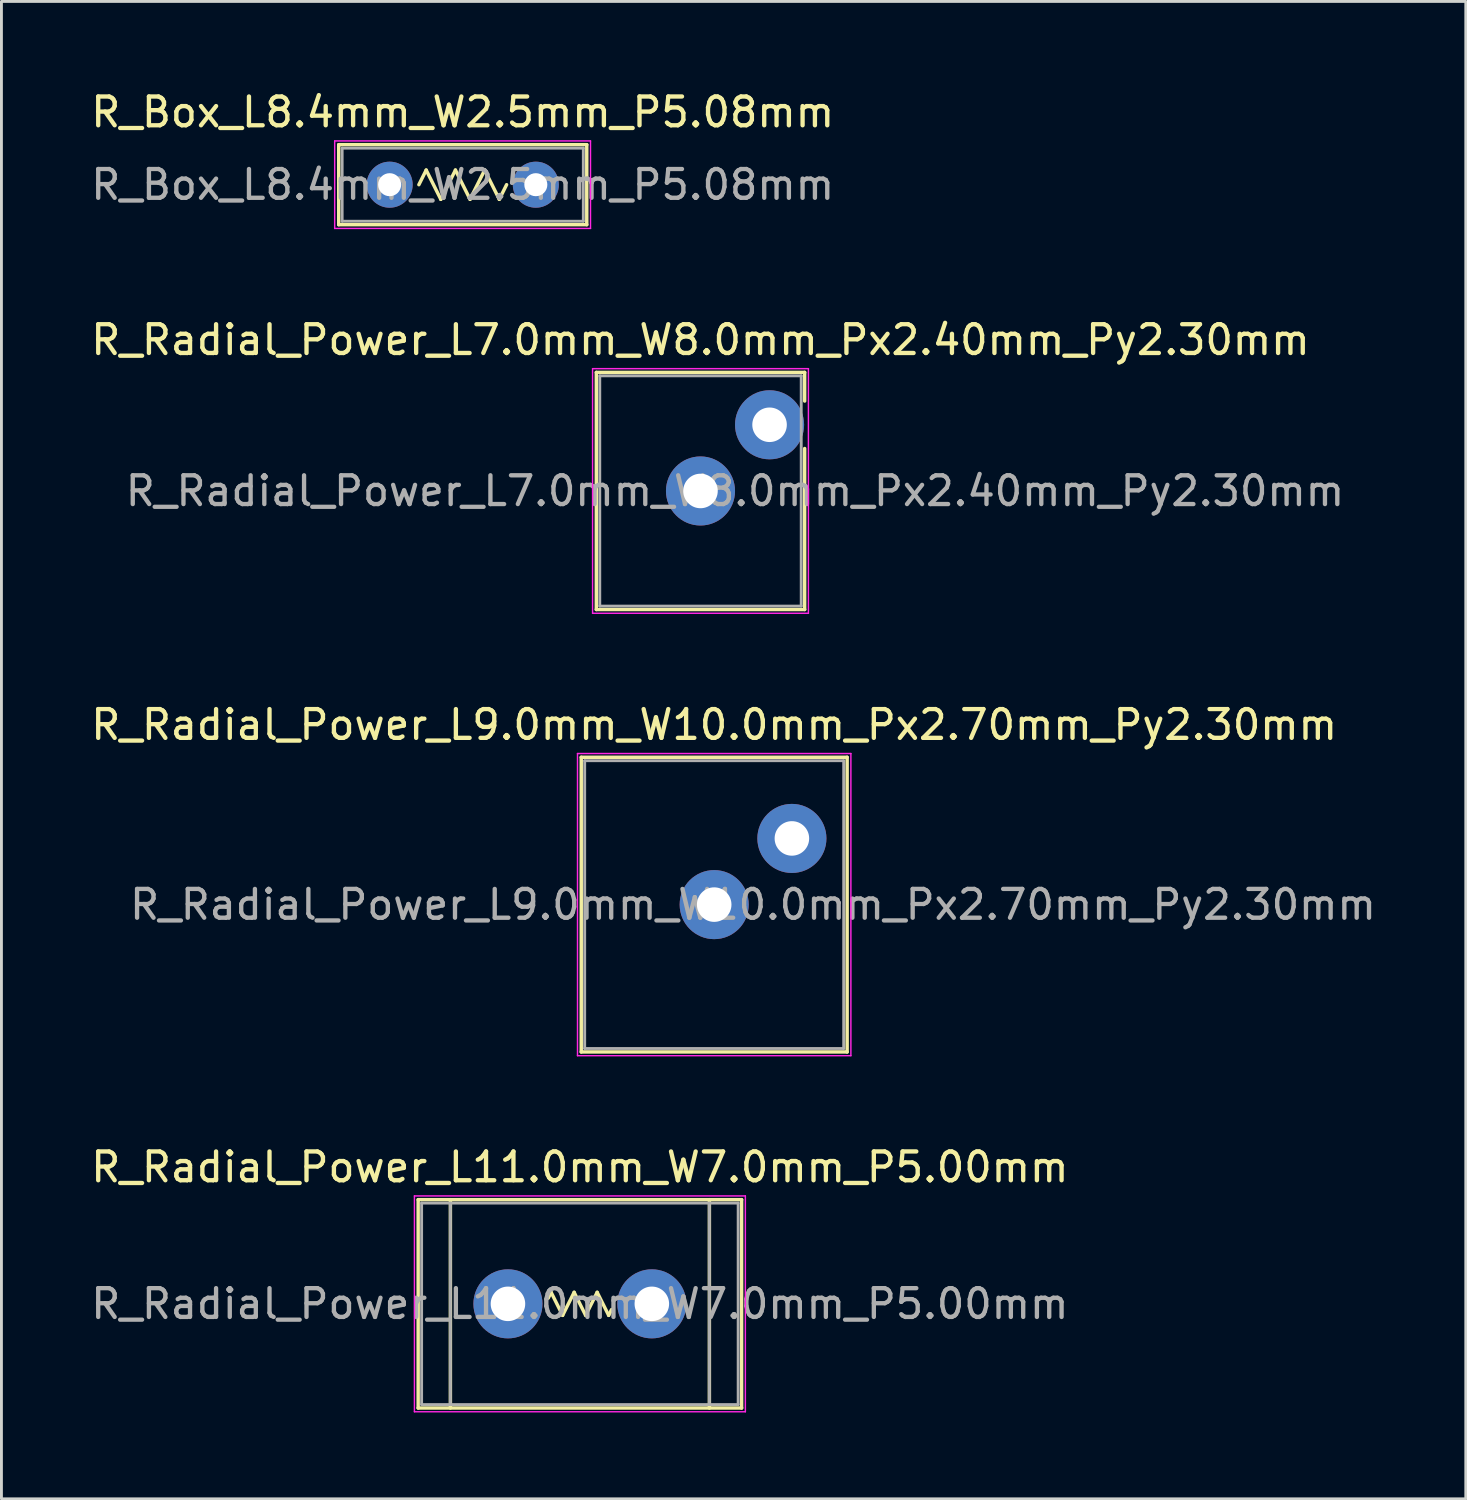
<source format=kicad_pcb>
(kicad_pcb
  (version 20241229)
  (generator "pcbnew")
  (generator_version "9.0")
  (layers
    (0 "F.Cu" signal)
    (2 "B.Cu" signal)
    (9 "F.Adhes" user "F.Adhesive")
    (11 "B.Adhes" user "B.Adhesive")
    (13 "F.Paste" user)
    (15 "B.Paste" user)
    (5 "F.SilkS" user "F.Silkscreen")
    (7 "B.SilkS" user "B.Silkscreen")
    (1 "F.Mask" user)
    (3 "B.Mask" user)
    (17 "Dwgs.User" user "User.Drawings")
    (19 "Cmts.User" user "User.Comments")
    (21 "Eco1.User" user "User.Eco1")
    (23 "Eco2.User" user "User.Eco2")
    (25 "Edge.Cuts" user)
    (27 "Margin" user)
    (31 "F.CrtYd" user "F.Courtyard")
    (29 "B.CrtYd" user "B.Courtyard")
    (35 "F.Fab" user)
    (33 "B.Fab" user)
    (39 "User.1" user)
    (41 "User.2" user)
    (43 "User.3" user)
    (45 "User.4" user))
  (footprint "R_Radial_Power_L9.0mm_W10.0mm_Px2.70mm_Py2.30mm"
    (layer "F.Cu")
    (at 21.768 28.385)
    (property "Reference" "R_Radial_Power_L9.0mm_W10.0mm_Px2.70mm_Py2.30mm" (at 0 -6.25 0) (layer "F.SilkS") (effects (font (size 1 1) (thickness 0.15))))
    (attr through_hole)
    (fp_line (start -4.62 -5.12) (end -4.62 5.12) (stroke (width 0.12) (type solid)) (layer "F.SilkS"))
    (fp_line (start -4.62 -5.12) (end 4.62 -5.12) (stroke (width 0.12) (type solid)) (layer "F.SilkS"))
    (fp_line (start -4.62 5.12) (end 4.62 5.12) (stroke (width 0.12) (type solid)) (layer "F.SilkS"))
    (fp_line (start 4.62 -5.12) (end 4.62 5.12) (stroke (width 0.12) (type solid)) (layer "F.SilkS"))
    (fp_line (start -4.75 -5.25) (end -4.75 5.25) (stroke (width 0.05) (type solid)) (layer "F.CrtYd"))
    (fp_line (start -4.75 5.25) (end 4.75 5.25) (stroke (width 0.05) (type solid)) (layer "F.CrtYd"))
    (fp_line (start 4.75 -5.25) (end -4.75 -5.25) (stroke (width 0.05) (type solid)) (layer "F.CrtYd"))
    (fp_line (start 4.75 5.25) (end 4.75 -5.25) (stroke (width 0.05) (type solid)) (layer "F.CrtYd"))
    (fp_line (start -4.5 -5) (end -4.5 5) (stroke (width 0.1) (type solid)) (layer "F.Fab"))
    (fp_line (start -4.5 5) (end 4.5 5) (stroke (width 0.1) (type solid)) (layer "F.Fab"))
    (fp_line (start 4.5 -5) (end -4.5 -5) (stroke (width 0.1) (type solid)) (layer "F.Fab"))
    (fp_line (start 4.5 5) (end 4.5 -5) (stroke (width 0.1) (type solid)) (layer "F.Fab"))
    (fp_text user "${REFERENCE}" (at 1.35 0 0) (layer "F.Fab") (effects (font (size 1 1) (thickness 0.15))))
    (pad "1" thru_hole circle (at 0 0) (size 2.4 2.4) (drill 1.2) (layers "*.Cu" "*.Mask"))
    (pad "2" thru_hole circle (at 2.7 -2.3) (size 2.4 2.4) (drill 1.2) (layers "*.Cu" "*.Mask")))
  (footprint "R_Radial_Power_L11.0mm_W7.0mm_P5.00mm"
    (layer "F.Cu")
    (at 14.601 42.258)
    (property "Reference" "R_Radial_Power_L11.0mm_W7.0mm_P5.00mm" (at 2.5 -4.75 0) (layer "F.SilkS") (effects (font (size 1 1) (thickness 0.15))))
    (attr through_hole)
    (fp_line (start -3.12 -3.62) (end -3.12 3.62) (stroke (width 0.12) (type solid)) (layer "F.SilkS"))
    (fp_line (start -3.12 -3.62) (end 8.12 -3.62) (stroke (width 0.12) (type solid)) (layer "F.SilkS"))
    (fp_line (start -3.12 3.62) (end 8.12 3.62) (stroke (width 0.12) (type solid)) (layer "F.SilkS"))
    (fp_line (start -2 -3.62) (end -2 3.62) (stroke (width 0.12) (type solid)) (layer "F.SilkS"))
    (fp_line (start 1.4 -0.2) (end 1.5 -0.4) (stroke (width 0.12) (type solid)) (layer "F.SilkS"))
    (fp_line (start 1.5 -0.4) (end 1.9 0.4) (stroke (width 0.12) (type solid)) (layer "F.SilkS"))
    (fp_line (start 1.9 0.4) (end 2.3 -0.4) (stroke (width 0.12) (type solid)) (layer "F.SilkS"))
    (fp_line (start 2.3 -0.4) (end 2.7 0.4) (stroke (width 0.12) (type solid)) (layer "F.SilkS"))
    (fp_line (start 2.7 0.4) (end 3.1 -0.4) (stroke (width 0.12) (type solid)) (layer "F.SilkS"))
    (fp_line (start 3.1 -0.4) (end 3.5 0.4) (stroke (width 0.12) (type solid)) (layer "F.SilkS"))
    (fp_line (start 3.5 0.4) (end 3.6 0.2) (stroke (width 0.12) (type solid)) (layer "F.SilkS"))
    (fp_line (start 7 -3.62) (end 7 3.62) (stroke (width 0.12) (type solid)) (layer "F.SilkS"))
    (fp_line (start 8.12 -3.62) (end 8.12 3.62) (stroke (width 0.12) (type solid)) (layer "F.SilkS"))
    (fp_line (start -3.25 -3.75) (end -3.25 3.75) (stroke (width 0.05) (type solid)) (layer "F.CrtYd"))
    (fp_line (start -3.25 3.75) (end 8.25 3.75) (stroke (width 0.05) (type solid)) (layer "F.CrtYd"))
    (fp_line (start 8.25 -3.75) (end -3.25 -3.75) (stroke (width 0.05) (type solid)) (layer "F.CrtYd"))
    (fp_line (start 8.25 3.75) (end 8.25 -3.75) (stroke (width 0.05) (type solid)) (layer "F.CrtYd"))
    (fp_line (start -3 -3.5) (end -3 3.5) (stroke (width 0.1) (type solid)) (layer "F.Fab"))
    (fp_line (start -3 3.5) (end 8 3.5) (stroke (width 0.1) (type solid)) (layer "F.Fab"))
    (fp_line (start -2 -3.5) (end -2 3.5) (stroke (width 0.1) (type solid)) (layer "F.Fab"))
    (fp_line (start 7 -3.5) (end 7 3.5) (stroke (width 0.1) (type solid)) (layer "F.Fab"))
    (fp_line (start 8 -3.5) (end -3 -3.5) (stroke (width 0.1) (type solid)) (layer "F.Fab"))
    (fp_line (start 8 3.5) (end 8 -3.5) (stroke (width 0.1) (type solid)) (layer "F.Fab"))
    (fp_text user "${REFERENCE}" (at 2.5 0 0) (layer "F.Fab") (effects (font (size 1 1) (thickness 0.15))))
    (pad "1" thru_hole circle (at 0 0) (size 2.4 2.4) (drill 1.2) (layers "*.Cu" "*.Mask"))
    (pad "2" thru_hole circle (at 5 0) (size 2.4 2.4) (drill 1.2) (layers "*.Cu" "*.Mask")))
  (footprint "R_Box_L8.4mm_W2.5mm_P5.08mm"
    (layer "F.Cu")
    (at 10.49 3.368)
    (property "Reference" "R_Box_L8.4mm_W2.5mm_P5.08mm" (at 2.54 -2.52 0) (layer "F.SilkS") (effects (font (size 1 1) (thickness 0.15))))
    (attr through_hole)
    (fp_line (start -1.77 -1.39) (end -1.77 1.39) (stroke (width 0.12) (type solid)) (layer "F.SilkS"))
    (fp_line (start -1.77 -1.39) (end 6.85 -1.39) (stroke (width 0.12) (type solid)) (layer "F.SilkS"))
    (fp_line (start -1.77 1.39) (end 6.85 1.39) (stroke (width 0.12) (type solid)) (layer "F.SilkS"))
    (fp_line (start 1.016 0) (end 1.27 -0.508) (stroke (width 0.12) (type solid)) (layer "F.SilkS"))
    (fp_line (start 1.27 -0.508) (end 1.778 0.508) (stroke (width 0.12) (type solid)) (layer "F.SilkS"))
    (fp_line (start 1.778 0.508) (end 2.286 -0.508) (stroke (width 0.12) (type solid)) (layer "F.SilkS"))
    (fp_line (start 2.286 -0.508) (end 2.794 0.508) (stroke (width 0.12) (type solid)) (layer "F.SilkS"))
    (fp_line (start 2.794 0.508) (end 3.302 -0.508) (stroke (width 0.12) (type solid)) (layer "F.SilkS"))
    (fp_line (start 3.302 -0.508) (end 3.81 0.508) (stroke (width 0.12) (type solid)) (layer "F.SilkS"))
    (fp_line (start 3.81 0.508) (end 4.064 0) (stroke (width 0.12) (type solid)) (layer "F.SilkS"))
    (fp_line (start 6.85 -1.39) (end 6.85 1.39) (stroke (width 0.12) (type solid)) (layer "F.SilkS"))
    (fp_line (start -1.91 -1.52) (end -1.91 1.52) (stroke (width 0.05) (type solid)) (layer "F.CrtYd"))
    (fp_line (start -1.91 1.52) (end 6.98 1.52) (stroke (width 0.05) (type solid)) (layer "F.CrtYd"))
    (fp_line (start 6.98 -1.52) (end -1.91 -1.52) (stroke (width 0.05) (type solid)) (layer "F.CrtYd"))
    (fp_line (start 6.98 1.52) (end 6.98 -1.52) (stroke (width 0.05) (type solid)) (layer "F.CrtYd"))
    (fp_line (start -1.65 -1.27) (end -1.65 1.27) (stroke (width 0.1) (type solid)) (layer "F.Fab"))
    (fp_line (start -1.65 1.27) (end 6.73 1.27) (stroke (width 0.1) (type solid)) (layer "F.Fab"))
    (fp_line (start 6.73 -1.27) (end -1.65 -1.27) (stroke (width 0.1) (type solid)) (layer "F.Fab"))
    (fp_line (start 6.73 1.27) (end 6.73 -1.27) (stroke (width 0.1) (type solid)) (layer "F.Fab"))
    (fp_text user "${REFERENCE}" (at 2.54 0 0) (layer "F.Fab") (effects (font (size 1 1) (thickness 0.15))))
    (pad "1" thru_hole circle (at 0 0) (size 1.6 1.6) (drill 0.8) (layers "*.Cu" "*.Mask"))
    (pad "2" thru_hole circle (at 5.08 0) (size 1.6 1.6) (drill 0.8) (layers "*.Cu" "*.Mask")))
  (footprint "R_Radial_Power_L7.0mm_W8.0mm_Px2.40mm_Py2.30mm"
    (layer "F.Cu")
    (at 21.292 14.011)
    (property "Reference" "R_Radial_Power_L7.0mm_W8.0mm_Px2.40mm_Py2.30mm" (at 0 -5.25 0) (layer "F.SilkS") (effects (font (size 1 1) (thickness 0.15))))
    (attr through_hole)
    (fp_line (start -3.62 -4.12) (end -3.62 4.12) (stroke (width 0.12) (type solid)) (layer "F.SilkS"))
    (fp_line (start -3.62 -4.12) (end 3.62 -4.12) (stroke (width 0.12) (type solid)) (layer "F.SilkS"))
    (fp_line (start -3.62 4.12) (end 3.62 4.12) (stroke (width 0.12) (type solid)) (layer "F.SilkS"))
    (fp_line (start 3.62 -4.12) (end 3.62 -3.125) (stroke (width 0.12) (type solid)) (layer "F.SilkS"))
    (fp_line (start 3.62 -1.475) (end 3.62 4.12) (stroke (width 0.12) (type solid)) (layer "F.SilkS"))
    (fp_line (start -3.75 -4.25) (end -3.75 4.25) (stroke (width 0.05) (type solid)) (layer "F.CrtYd"))
    (fp_line (start -3.75 4.25) (end 3.75 4.25) (stroke (width 0.05) (type solid)) (layer "F.CrtYd"))
    (fp_line (start 3.75 -4.25) (end -3.75 -4.25) (stroke (width 0.05) (type solid)) (layer "F.CrtYd"))
    (fp_line (start 3.75 4.25) (end 3.75 -4.25) (stroke (width 0.05) (type solid)) (layer "F.CrtYd"))
    (fp_line (start -3.5 -4) (end -3.5 4) (stroke (width 0.1) (type solid)) (layer "F.Fab"))
    (fp_line (start -3.5 4) (end 3.5 4) (stroke (width 0.1) (type solid)) (layer "F.Fab"))
    (fp_line (start 3.5 -4) (end -3.5 -4) (stroke (width 0.1) (type solid)) (layer "F.Fab"))
    (fp_line (start 3.5 4) (end 3.5 -4) (stroke (width 0.1) (type solid)) (layer "F.Fab"))
    (fp_text user "${REFERENCE}" (at 1.2 0 0) (layer "F.Fab") (effects (font (size 1 1) (thickness 0.15))))
    (pad "1" thru_hole circle (at 0 0) (size 2.4 2.4) (drill 1.2) (layers "*.Cu" "*.Mask"))
    (pad "2" thru_hole circle (at 2.4 -2.3) (size 2.4 2.4) (drill 1.2) (layers "*.Cu" "*.Mask")))
  (gr_rect
    (start -3 -3)
    (end 47.886 49.033)
    (stroke (width 0.1) (type default))
    (fill no)
    (layer "Edge.Cuts")))
</source>
